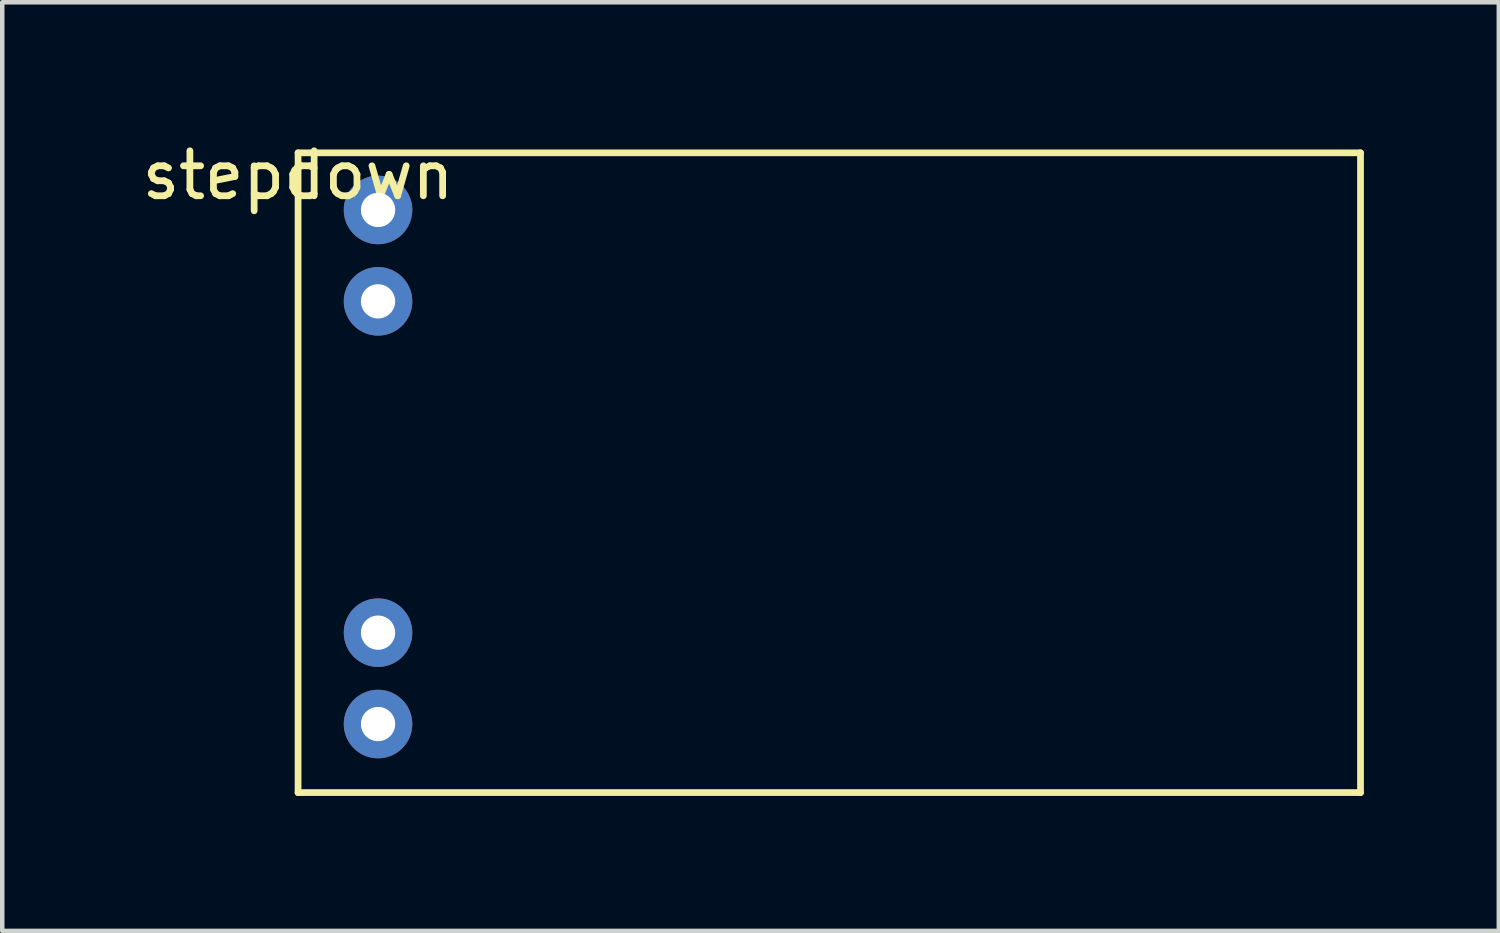
<source format=kicad_pcb>
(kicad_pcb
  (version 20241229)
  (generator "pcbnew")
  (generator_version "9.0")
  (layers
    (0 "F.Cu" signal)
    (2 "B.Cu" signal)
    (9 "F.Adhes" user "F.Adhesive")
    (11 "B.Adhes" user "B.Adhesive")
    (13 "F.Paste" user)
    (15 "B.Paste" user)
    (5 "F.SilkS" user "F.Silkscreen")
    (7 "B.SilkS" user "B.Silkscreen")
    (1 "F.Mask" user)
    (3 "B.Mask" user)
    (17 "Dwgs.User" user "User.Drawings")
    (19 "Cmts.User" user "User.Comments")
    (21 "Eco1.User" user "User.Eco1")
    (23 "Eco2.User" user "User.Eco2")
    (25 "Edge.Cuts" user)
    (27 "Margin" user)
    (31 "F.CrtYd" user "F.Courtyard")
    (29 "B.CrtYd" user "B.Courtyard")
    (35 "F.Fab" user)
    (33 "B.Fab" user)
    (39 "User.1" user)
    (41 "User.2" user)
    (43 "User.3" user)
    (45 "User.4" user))
  (footprint "stepdown"
    (layer "F.Cu")
    (at 3.577 0.348)
    (property "Reference" "stepdown" (at 0 0.5 0) (layer "F.SilkS") (effects (font (size 1 1) (thickness 0.15))))
    (attr through_hole)
    (fp_line (start 0 0) (end 0 14.224) (stroke (width 0.15) (type solid)) (layer "F.SilkS"))
    (fp_line (start 0 14.224) (end 23.622 14.224) (stroke (width 0.15) (type solid)) (layer "F.SilkS"))
    (fp_line (start 23.622 0) (end 0 0) (stroke (width 0.15) (type solid)) (layer "F.SilkS"))
    (fp_line (start 23.622 14.224) (end 23.622 0) (stroke (width 0.15) (type solid)) (layer "F.SilkS"))
    (pad "1" thru_hole circle (at 1.778 1.27) (size 1.524 1.524) (drill 0.762) (layers "*.Cu" "*.Mask"))
    (pad "2" thru_hole circle (at 1.778 3.302) (size 1.524 1.524) (drill 0.762) (layers "*.Cu" "*.Mask"))
    (pad "3" thru_hole circle (at 1.778 12.7) (size 1.524 1.524) (drill 0.762) (layers "*.Cu" "*.Mask"))
    (pad "4" thru_hole circle (at 1.778 10.668) (size 1.524 1.524) (drill 0.762) (layers "*.Cu" "*.Mask")))
  (gr_rect
    (start -3 -3)
    (end 30.274 17.647)
    (stroke (width 0.1) (type default))
    (fill no)
    (layer "Edge.Cuts")))
</source>
